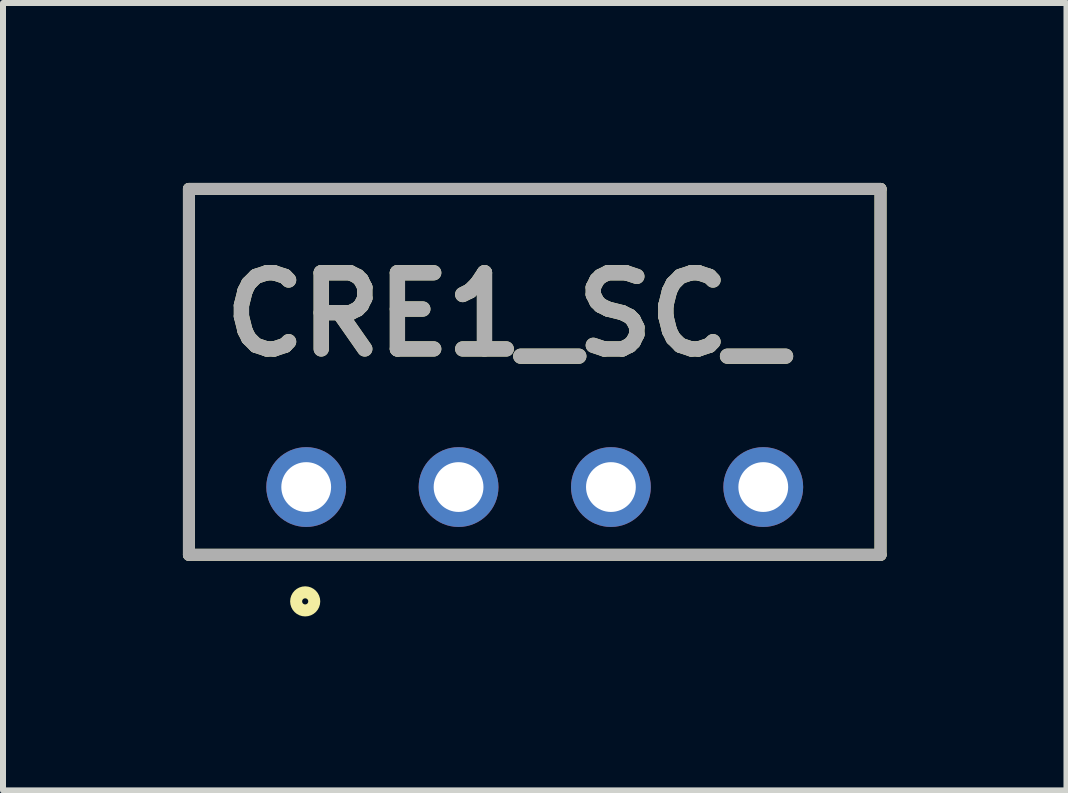
<source format=kicad_pcb>
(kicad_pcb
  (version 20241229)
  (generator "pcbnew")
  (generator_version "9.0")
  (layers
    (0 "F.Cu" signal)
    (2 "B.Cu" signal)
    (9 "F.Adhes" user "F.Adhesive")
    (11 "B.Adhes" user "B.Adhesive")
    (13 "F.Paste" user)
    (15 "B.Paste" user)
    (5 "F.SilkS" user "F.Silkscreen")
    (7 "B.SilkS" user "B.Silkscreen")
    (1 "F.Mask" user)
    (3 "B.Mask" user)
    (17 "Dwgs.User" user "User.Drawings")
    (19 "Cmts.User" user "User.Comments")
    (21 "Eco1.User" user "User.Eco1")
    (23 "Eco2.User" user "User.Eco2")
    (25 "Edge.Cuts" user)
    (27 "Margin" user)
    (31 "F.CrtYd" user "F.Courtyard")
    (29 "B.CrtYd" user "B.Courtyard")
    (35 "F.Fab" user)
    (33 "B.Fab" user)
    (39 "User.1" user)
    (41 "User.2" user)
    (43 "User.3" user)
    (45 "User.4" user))
  (footprint "CRE1_SC_"
    (layer "F.Cu")
    (at 5.865 6.2)
    (property "Reference" "CRE1_SC_" (at -0.475 -4.007 0) (layer "F.SilkS") (effects (font (size 1.27 1.27) (thickness 0.254))))
    (attr through_hole)
    (fp_line (start -5.765 -6.1) (end 5.765 -6.1) (stroke (width 0.2) (type solid)) (layer "F.SilkS"))
    (fp_line (start -5.765 0) (end -5.765 -6.1) (stroke (width 0.2) (type solid)) (layer "F.SilkS"))
    (fp_line (start 5.765 -6.1) (end 5.765 0) (stroke (width 0.2) (type solid)) (layer "F.SilkS"))
    (fp_line (start 5.765 0) (end -5.765 0) (stroke (width 0.2) (type solid)) (layer "F.SilkS"))
    (fp_circle (center -3.827 0.776) (end -3.827 0.827) (stroke (width 0.2) (type solid)) (fill no) (layer "F.SilkS"))
    (fp_line (start -5.765 -6.1) (end 5.765 -6.1) (stroke (width 0.2) (type solid)) (layer "F.Fab"))
    (fp_line (start -5.765 0) (end -5.765 -6.1) (stroke (width 0.2) (type solid)) (layer "F.Fab"))
    (fp_line (start 5.765 -6.1) (end 5.765 0) (stroke (width 0.2) (type solid)) (layer "F.Fab"))
    (fp_line (start 5.765 0) (end -5.765 0) (stroke (width 0.2) (type solid)) (layer "F.Fab"))
    (fp_text user "${REFERENCE}" (at -0.475 -4.007 0) (layer "F.Fab") (effects (font (size 1.27 1.27) (thickness 0.254))))
    (pad "1" thru_hole circle (at -3.81 -1.13) (size 1.33 1.33) (drill 0.83) (layers "*.Cu" "*.Mask"))
    (pad "2" thru_hole circle (at -1.27 -1.13) (size 1.33 1.33) (drill 0.83) (layers "*.Cu" "*.Mask"))
    (pad "3" thru_hole circle (at 1.27 -1.13) (size 1.33 1.33) (drill 0.83) (layers "*.Cu" "*.Mask"))
    (pad "4" thru_hole circle (at 3.81 -1.13) (size 1.33 1.33) (drill 0.83) (layers "*.Cu" "*.Mask")))
  (gr_rect
    (start -3 -3)
    (end 14.73 10.127)
    (stroke (width 0.1) (type default))
    (fill no)
    (layer "Edge.Cuts")))
</source>
